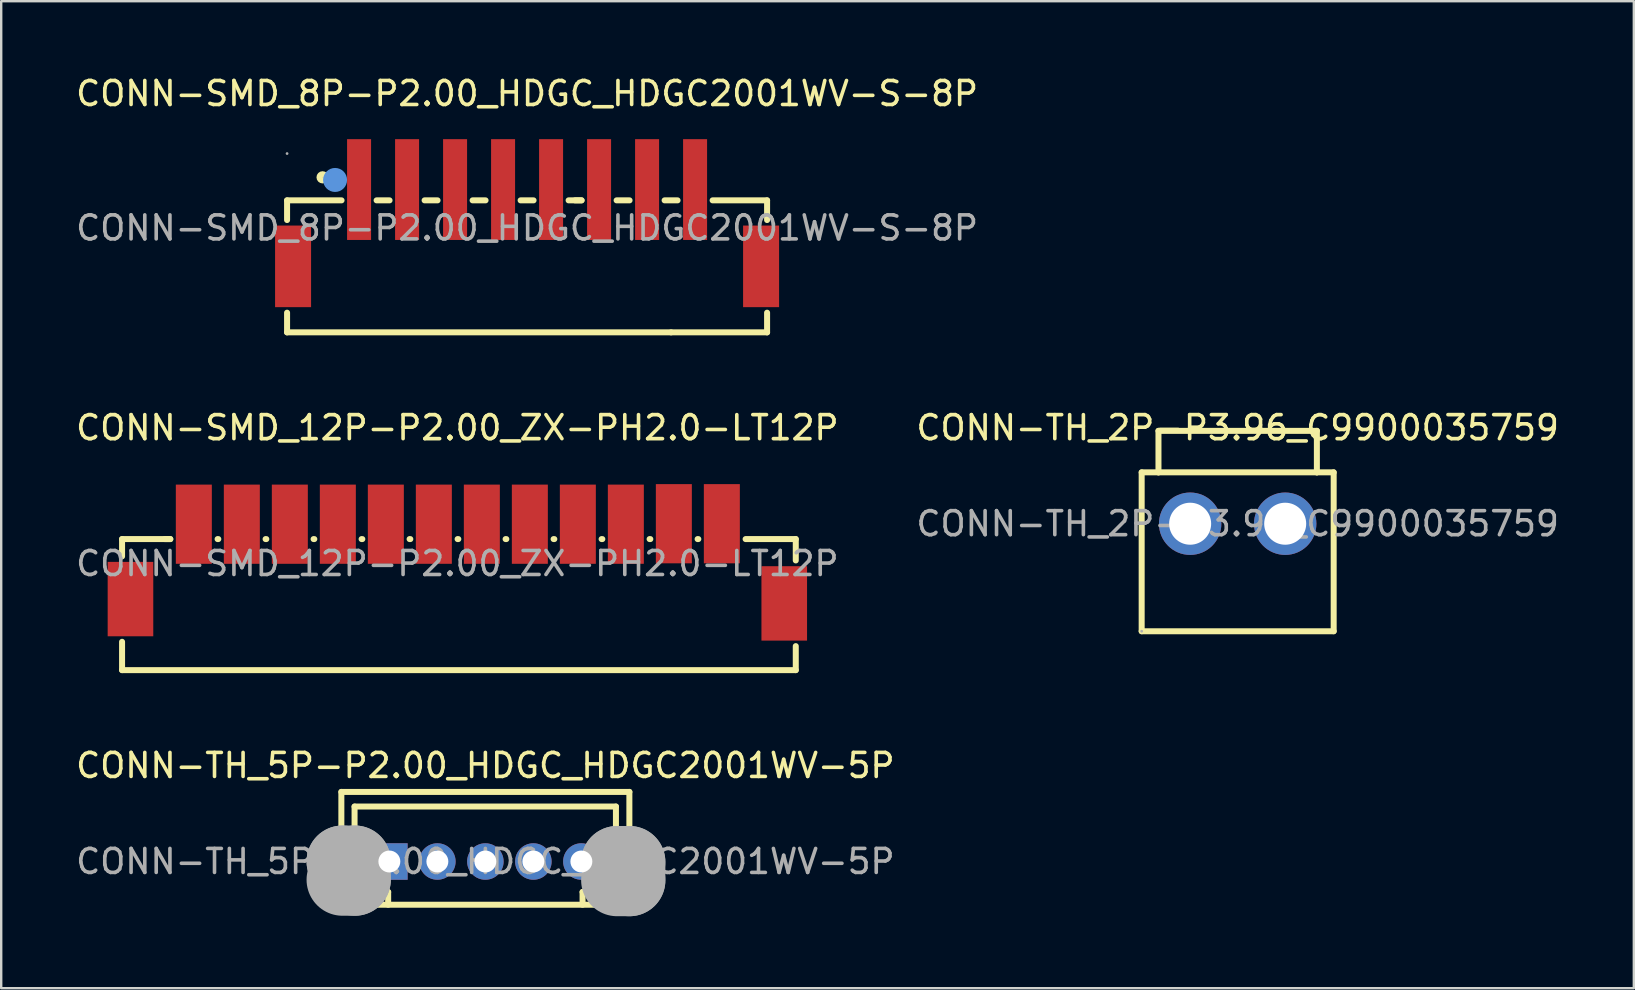
<source format=kicad_pcb>
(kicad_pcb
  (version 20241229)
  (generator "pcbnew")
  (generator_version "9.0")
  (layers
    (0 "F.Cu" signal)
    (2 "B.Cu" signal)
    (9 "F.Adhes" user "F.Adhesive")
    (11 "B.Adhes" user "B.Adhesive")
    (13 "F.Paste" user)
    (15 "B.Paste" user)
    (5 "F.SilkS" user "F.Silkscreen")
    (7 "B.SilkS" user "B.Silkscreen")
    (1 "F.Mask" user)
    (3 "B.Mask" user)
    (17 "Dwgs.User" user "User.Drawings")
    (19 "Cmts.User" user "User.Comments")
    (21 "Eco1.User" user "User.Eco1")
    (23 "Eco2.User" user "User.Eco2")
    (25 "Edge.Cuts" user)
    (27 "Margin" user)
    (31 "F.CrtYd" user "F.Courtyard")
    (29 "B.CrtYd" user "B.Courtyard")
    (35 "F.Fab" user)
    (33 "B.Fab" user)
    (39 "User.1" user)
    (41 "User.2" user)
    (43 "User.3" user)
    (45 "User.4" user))
  (footprint "CONN-SMD_12P-P2.00_ZX-PH2.0-LT12P"
    (layer "F.Cu")
    (at 16.006 20.431)
    (property "Reference" "CONN-SMD_12P-P2.00_ZX-PH2.0-LT12P" (at 0 -5.66 0) (layer "F.SilkS") (effects (font (size 1 1) (thickness 0.15))))
    (attr through_hole)
    (fp_line (start -13.97 -1.02) (end -13.97 -0.3) (stroke (width 0.25) (type solid)) (layer "F.SilkS"))
    (fp_line (start -13.97 3.26) (end -13.97 4.44) (stroke (width 0.25) (type solid)) (layer "F.SilkS"))
    (fp_line (start -13.97 4.44) (end 14.1 4.44) (stroke (width 0.25) (type solid)) (layer "F.SilkS"))
    (fp_line (start -11.96 -1.02) (end -13.97 -1.02) (stroke (width 0.25) (type solid)) (layer "F.SilkS"))
    (fp_line (start -11.96 -1.02) (end -12.19 -1.02) (stroke (width 0.25) (type solid)) (layer "F.SilkS"))
    (fp_line (start -9.96 -1.02) (end -9.99 -1.02) (stroke (width 0.25) (type solid)) (layer "F.SilkS"))
    (fp_line (start -7.96 -1.02) (end -7.99 -1.02) (stroke (width 0.25) (type solid)) (layer "F.SilkS"))
    (fp_line (start -5.96 -1.02) (end -5.99 -1.02) (stroke (width 0.25) (type solid)) (layer "F.SilkS"))
    (fp_line (start -3.96 -1.02) (end -3.99 -1.02) (stroke (width 0.25) (type solid)) (layer "F.SilkS"))
    (fp_line (start -1.96 -1.02) (end -1.99 -1.02) (stroke (width 0.25) (type solid)) (layer "F.SilkS"))
    (fp_line (start 0.04 -1.02) (end 0.01 -1.02) (stroke (width 0.25) (type solid)) (layer "F.SilkS"))
    (fp_line (start 2.04 -1.02) (end 2.01 -1.02) (stroke (width 0.25) (type solid)) (layer "F.SilkS"))
    (fp_line (start 4.04 -1.02) (end 4.01 -1.02) (stroke (width 0.25) (type solid)) (layer "F.SilkS"))
    (fp_line (start 6.04 -1.02) (end 6.01 -1.02) (stroke (width 0.25) (type solid)) (layer "F.SilkS"))
    (fp_line (start 8.04 -1.02) (end 8.01 -1.02) (stroke (width 0.25) (type solid)) (layer "F.SilkS"))
    (fp_line (start 10.04 -1.02) (end 10.01 -1.02) (stroke (width 0.25) (type solid)) (layer "F.SilkS"))
    (fp_line (start 14.1 -1.02) (end 12.01 -1.02) (stroke (width 0.25) (type solid)) (layer "F.SilkS"))
    (fp_line (start 14.1 -0.13) (end 14.1 -1.02) (stroke (width 0.25) (type solid)) (layer "F.SilkS"))
    (fp_line (start 14.1 4.44) (end 14.1 3.44) (stroke (width 0.25) (type solid)) (layer "F.SilkS"))
    (fp_text user "${REFERENCE}" (at 0 0 0) (layer "F.Fab") (effects (font (size 1 1) (thickness 0.15))))
    (pad "1" smd rect (at -10.98 -1.64 180) (size 1.5 3.3) (layers "F.Cu" "F.Mask" "F.Paste"))
    (pad "2" smd rect (at -8.98 -1.64 180) (size 1.5 3.3) (layers "F.Cu" "F.Mask" "F.Paste"))
    (pad "3" smd rect (at -6.98 -1.64 180) (size 1.5 3.3) (layers "F.Cu" "F.Mask" "F.Paste"))
    (pad "4" smd rect (at -4.98 -1.64 180) (size 1.5 3.3) (layers "F.Cu" "F.Mask" "F.Paste"))
    (pad "5" smd rect (at -2.98 -1.64 180) (size 1.5 3.3) (layers "F.Cu" "F.Mask" "F.Paste"))
    (pad "6" smd rect (at -0.98 -1.64 180) (size 1.5 3.3) (layers "F.Cu" "F.Mask" "F.Paste"))
    (pad "7" smd rect (at 1.02 -1.64 180) (size 1.5 3.3) (layers "F.Cu" "F.Mask" "F.Paste"))
    (pad "8" smd rect (at 3.02 -1.64 180) (size 1.5 3.3) (layers "F.Cu" "F.Mask" "F.Paste"))
    (pad "9" smd rect (at 5.02 -1.64 180) (size 1.5 3.3) (layers "F.Cu" "F.Mask" "F.Paste"))
    (pad "10" smd rect (at 7.02 -1.64 180) (size 1.5 3.3) (layers "F.Cu" "F.Mask" "F.Paste"))
    (pad "11" smd rect (at 9.02 -1.66 180) (size 1.5 3.3) (layers "F.Cu" "F.Mask" "F.Paste"))
    (pad "12" smd rect (at 11.02 -1.66 180) (size 1.5 3.3) (layers "F.Cu" "F.Mask" "F.Paste"))
    (pad "13" smd rect (at 13.62 1.66) (size 1.9 3.1) (layers "F.Cu" "F.Mask" "F.Paste"))
    (pad "14" smd rect (at -13.62 1.48) (size 1.9 3.1) (layers "F.Cu" "F.Mask" "F.Paste")))
  (footprint "CONN-TH_2P-P3.96_C9900035759"
    (layer "F.Cu")
    (at 48.518 18.771)
    (property "Reference" "CONN-TH_2P-P3.96_C9900035759" (at 0 -4 0) (layer "F.SilkS") (effects (font (size 1 1) (thickness 0.15))))
    (attr through_hole)
    (fp_line (start -4 -2.14) (end -4 4.48) (stroke (width 0.25) (type solid)) (layer "F.SilkS"))
    (fp_line (start -4 4.48) (end 4 4.48) (stroke (width 0.25) (type solid)) (layer "F.SilkS"))
    (fp_line (start -3.3 -3.87) (end -3.3 -2.14) (stroke (width 0.25) (type solid)) (layer "F.SilkS"))
    (fp_line (start -3.3 -2.14) (end -4 -2.14) (stroke (width 0.25) (type solid)) (layer "F.SilkS"))
    (fp_line (start -3.3 -2.14) (end 3.3 -2.14) (stroke (width 0.25) (type solid)) (layer "F.SilkS"))
    (fp_line (start 3.3 -3.87) (end -3.3 -3.87) (stroke (width 0.25) (type solid)) (layer "F.SilkS"))
    (fp_line (start 3.3 -2.14) (end 3.3 -3.87) (stroke (width 0.25) (type solid)) (layer "F.SilkS"))
    (fp_line (start 4 -2.14) (end 3.3 -2.14) (stroke (width 0.25) (type solid)) (layer "F.SilkS"))
    (fp_line (start 4 4.48) (end 4 -2.14) (stroke (width 0.25) (type solid)) (layer "F.SilkS"))
    (fp_circle (center -4 4.48) (end -3.97 4.48) (stroke (width 0.06) (type solid)) (fill no) (layer "F.Fab"))
    (fp_text user "${REFERENCE}" (at 0 0 0) (layer "F.Fab") (effects (font (size 1 1) (thickness 0.15))))
    (pad "1" thru_hole circle (at -1.98 0) (size 2.6 2.6) (drill 1.75) (layers "*.Cu" "*.Mask"))
    (pad "2" thru_hole circle (at 1.98 0) (size 2.6 2.6) (drill 1.75) (layers "*.Cu" "*.Mask")))
  (footprint "CONN-SMD_8P-P2.00_HDGC_HDGC2001WV-S-8P"
    (layer "F.Cu")
    (at 18.911 6.448)
    (property "Reference" "CONN-SMD_8P-P2.00_HDGC_HDGC2001WV-S-8P" (at 0 -5.6 0) (layer "F.SilkS") (effects (font (size 1 1) (thickness 0.15))))
    (attr smd)
    (fp_line (start -10 -1.15) (end -10 -0.33) (stroke (width 0.25) (type solid)) (layer "F.SilkS"))
    (fp_line (start -10 -1.15) (end -7.73 -1.15) (stroke (width 0.25) (type solid)) (layer "F.SilkS"))
    (fp_line (start -10 4.35) (end -10 3.53) (stroke (width 0.25) (type solid)) (layer "F.SilkS"))
    (fp_line (start -10 4.35) (end 6 4.35) (stroke (width 0.25) (type solid)) (layer "F.SilkS"))
    (fp_line (start -6.27 -1.15) (end -5.73 -1.15) (stroke (width 0.25) (type solid)) (layer "F.SilkS"))
    (fp_line (start -4.27 -1.15) (end -3.73 -1.15) (stroke (width 0.25) (type solid)) (layer "F.SilkS"))
    (fp_line (start -2.27 -1.15) (end -1.73 -1.15) (stroke (width 0.25) (type solid)) (layer "F.SilkS"))
    (fp_line (start -0.27 -1.15) (end 0.27 -1.15) (stroke (width 0.25) (type solid)) (layer "F.SilkS"))
    (fp_line (start 1.73 -1.15) (end 2.27 -1.15) (stroke (width 0.25) (type solid)) (layer "F.SilkS"))
    (fp_line (start 2.27 -1.15) (end 2 -1.15) (stroke (width 0.25) (type solid)) (layer "F.SilkS"))
    (fp_line (start 4.27 -1.15) (end 3.73 -1.15) (stroke (width 0.25) (type solid)) (layer "F.SilkS"))
    (fp_line (start 6 4.35) (end 10 4.35) (stroke (width 0.25) (type solid)) (layer "F.SilkS"))
    (fp_line (start 6.27 -1.15) (end 5.73 -1.15) (stroke (width 0.25) (type solid)) (layer "F.SilkS"))
    (fp_line (start 7.73 -1.15) (end 10 -1.15) (stroke (width 0.25) (type solid)) (layer "F.SilkS"))
    (fp_line (start 10 -1.15) (end 10 -0.33) (stroke (width 0.25) (type solid)) (layer "F.SilkS"))
    (fp_line (start 10 3.53) (end 10 4.35) (stroke (width 0.25) (type solid)) (layer "F.SilkS"))
    (fp_circle (center -8.52 -2.11) (end -8.39 -2.11) (stroke (width 0.25) (type solid)) (fill no) (layer "F.SilkS"))
    (fp_circle (center -8 -2) (end -7.75 -2) (stroke (width 0.5) (type solid)) (fill no) (layer "Cmts.User"))
    (fp_circle (center -10 -3.1) (end -9.97 -3.1) (stroke (width 0.06) (type solid)) (fill no) (layer "F.Fab"))
    (fp_text user "${REFERENCE}" (at 0 0 0) (layer "F.Fab") (effects (font (size 1 1) (thickness 0.15))))
    (pad "1" smd rect (at -7 -1.6) (size 1 4.2) (layers "F.Cu" "F.Mask" "F.Paste"))
    (pad "2" smd rect (at -5 -1.6) (size 1 4.2) (layers "F.Cu" "F.Mask" "F.Paste"))
    (pad "3" smd rect (at -3 -1.6) (size 1 4.2) (layers "F.Cu" "F.Mask" "F.Paste"))
    (pad "4" smd rect (at -1 -1.6) (size 1 4.2) (layers "F.Cu" "F.Mask" "F.Paste"))
    (pad "5" smd rect (at 1 -1.6) (size 1 4.2) (layers "F.Cu" "F.Mask" "F.Paste"))
    (pad "6" smd rect (at 3 -1.6) (size 1 4.2) (layers "F.Cu" "F.Mask" "F.Paste"))
    (pad "7" smd rect (at 5 -1.6) (size 1 4.2) (layers "F.Cu" "F.Mask" "F.Paste"))
    (pad "8" smd rect (at 7 -1.6) (size 1 4.2) (layers "F.Cu" "F.Mask" "F.Paste"))
    (pad "9" smd rect (at 9.75 1.6) (size 1.5 3.4) (layers "F.Cu" "F.Mask" "F.Paste"))
    (pad "10" smd rect (at -9.75 1.6) (size 1.5 3.4) (layers "F.Cu" "F.Mask" "F.Paste")))
  (footprint "CONN-TH_5P-P2.00_HDGC_HDGC2001WV-5P"
    (layer "F.Cu")
    (at 17.173 32.845)
    (property "Reference" "CONN-TH_5P-P2.00_HDGC_HDGC2001WV-5P" (at 0 -4 0) (layer "F.SilkS") (effects (font (size 1 1) (thickness 0.15))))
    (attr through_hole)
    (fp_line (start -6 -2.9) (end -6 1.8) (stroke (width 0.25) (type solid)) (layer "F.SilkS"))
    (fp_line (start -5.45 -2.29) (end 5.44 -2.29) (stroke (width 0.25) (type solid)) (layer "F.SilkS"))
    (fp_line (start -5.45 1.27) (end -5.45 -2.29) (stroke (width 0.25) (type solid)) (layer "F.SilkS"))
    (fp_line (start -4.05 1.27) (end -5.45 1.27) (stroke (width 0.25) (type solid)) (layer "F.SilkS"))
    (fp_line (start -4.05 1.8) (end -4.05 1.27) (stroke (width 0.25) (type solid)) (layer "F.SilkS"))
    (fp_line (start 4.05 1.27) (end 4.05 1.8) (stroke (width 0.25) (type solid)) (layer "F.SilkS"))
    (fp_line (start 5.44 -2.29) (end 5.44 1.27) (stroke (width 0.25) (type solid)) (layer "F.SilkS"))
    (fp_line (start 5.44 1.27) (end 4.05 1.27) (stroke (width 0.25) (type solid)) (layer "F.SilkS"))
    (fp_line (start 6 -2.9) (end -6 -2.9) (stroke (width 0.25) (type solid)) (layer "F.SilkS"))
    (fp_line (start 6 -2.9) (end 6 1.8) (stroke (width 0.25) (type solid)) (layer "F.SilkS"))
    (fp_line (start 6 1.8) (end -6 1.8) (stroke (width 0.25) (type solid)) (layer "F.SilkS"))
    (fp_line (start -5.95 0) (end -5.95 0) (stroke (width 3) (type solid)) (layer "F.Fab"))
    (fp_line (start -5.95 0) (end -5.44 0) (stroke (width 3) (type solid)) (layer "F.Fab"))
    (fp_line (start -5.44 0) (end -5.44 0.76) (stroke (width 3) (type solid)) (layer "F.Fab"))
    (fp_line (start -5.44 0.76) (end -5.95 0.76) (stroke (width 3) (type solid)) (layer "F.Fab"))
    (fp_line (start 5.49 0.02) (end 5.49 0.02) (stroke (width 3) (type solid)) (layer "F.Fab"))
    (fp_line (start 5.49 0.02) (end 6 0.02) (stroke (width 3) (type solid)) (layer "F.Fab"))
    (fp_line (start 6 0.02) (end 6 0.78) (stroke (width 3) (type solid)) (layer "F.Fab"))
    (fp_line (start 6 0.78) (end 5.49 0.78) (stroke (width 3) (type solid)) (layer "F.Fab"))
    (fp_circle (center -6 1.8) (end -5.97 1.8) (stroke (width 0.06) (type solid)) (fill no) (layer "F.Fab"))
    (fp_text user "${REFERENCE}" (at 0 0 0) (layer "F.Fab") (effects (font (size 1 1) (thickness 0.15))))
    (pad "1" thru_hole rect (at -4 0) (size 1.52 1.52) (drill 0.914) (layers "*.Cu" "*.Mask"))
    (pad "2" thru_hole circle (at -2 0) (size 1.52 1.52) (drill 0.914) (layers "*.Cu" "*.Mask"))
    (pad "3" thru_hole circle (at 0 0) (size 1.52 1.52) (drill 0.914) (layers "*.Cu" "*.Mask"))
    (pad "4" thru_hole circle (at 2 0) (size 1.52 1.52) (drill 0.914) (layers "*.Cu" "*.Mask"))
    (pad "5" thru_hole circle (at 4 0) (size 1.52 1.52) (drill 0.914) (layers "*.Cu" "*.Mask")))
  (gr_rect
    (start -3 -3)
    (end 65.024 38.125)
    (stroke (width 0.1) (type default))
    (fill no)
    (layer "Edge.Cuts")))
</source>
